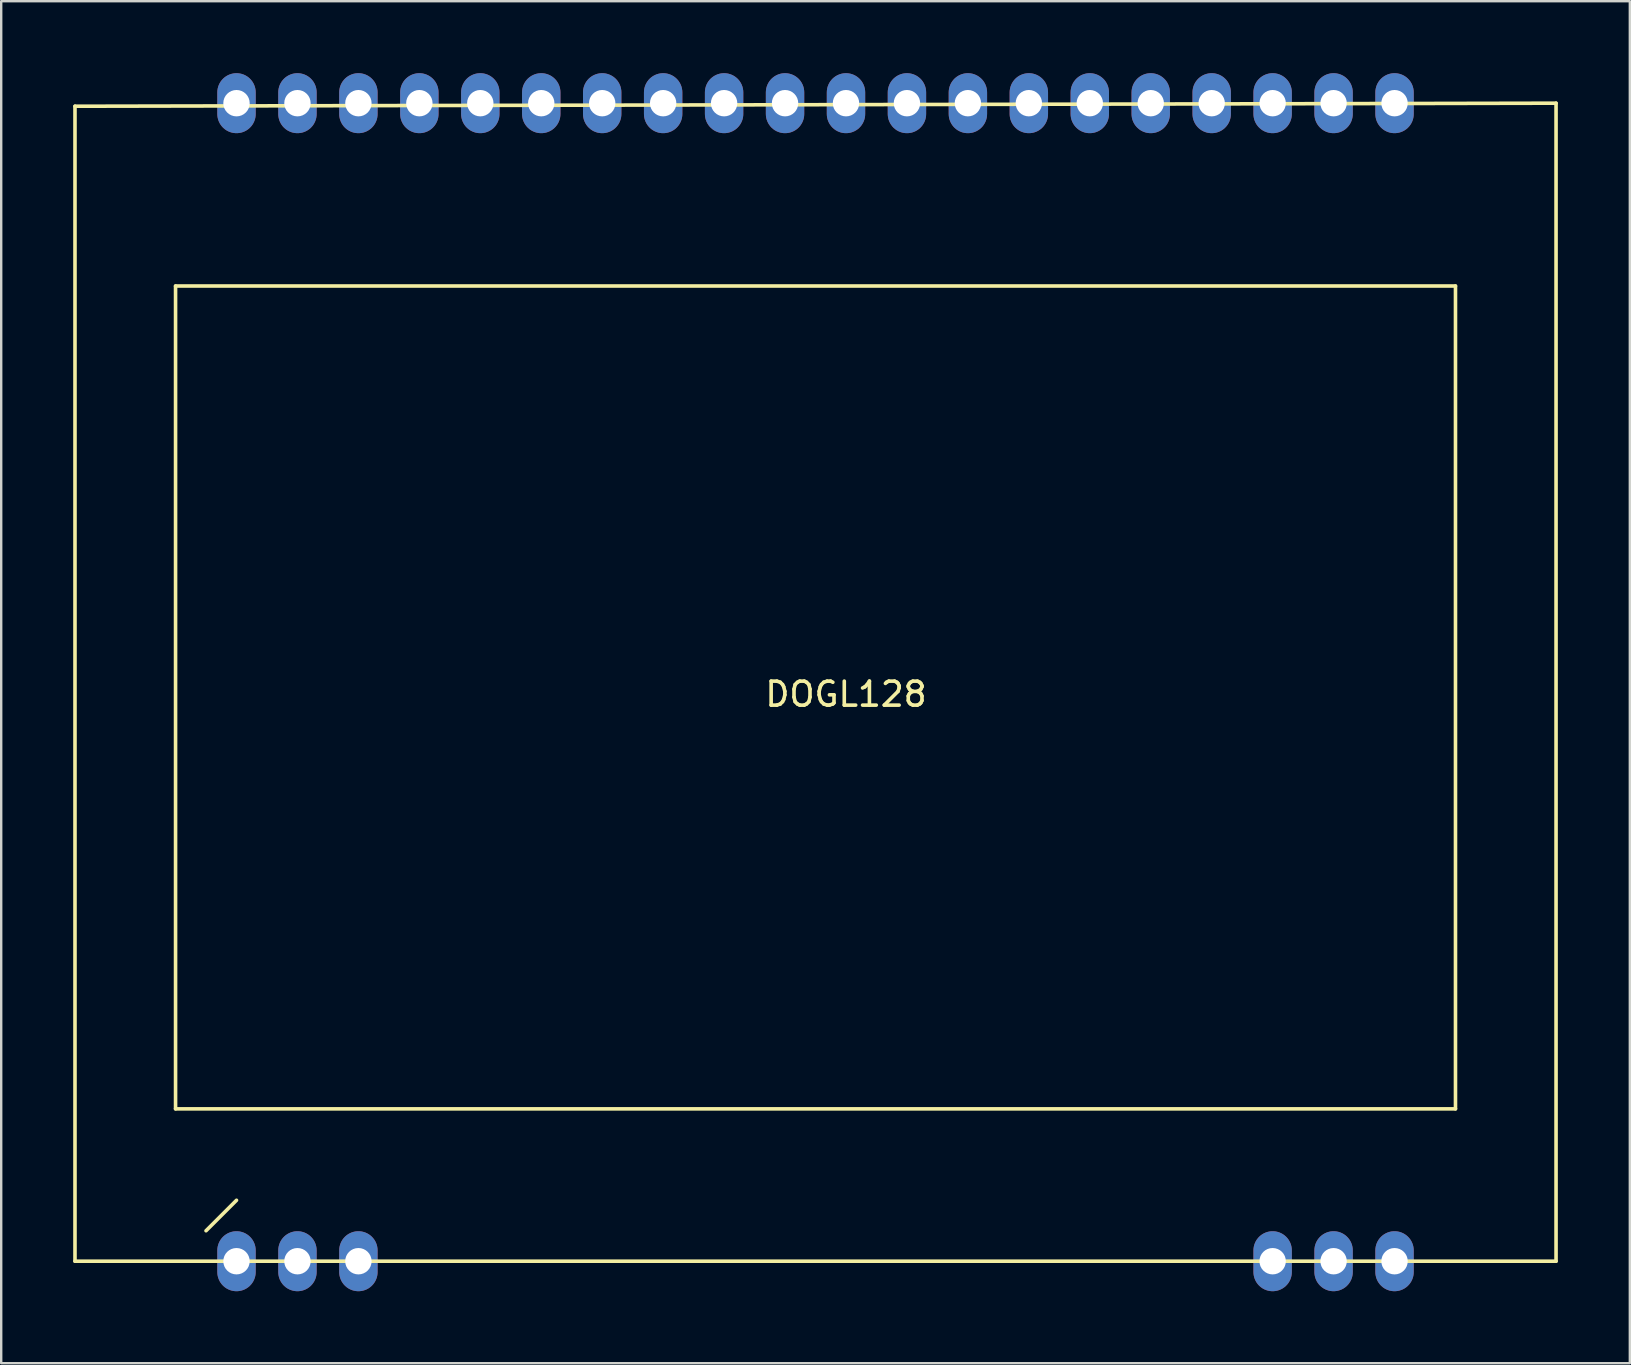
<source format=kicad_pcb>
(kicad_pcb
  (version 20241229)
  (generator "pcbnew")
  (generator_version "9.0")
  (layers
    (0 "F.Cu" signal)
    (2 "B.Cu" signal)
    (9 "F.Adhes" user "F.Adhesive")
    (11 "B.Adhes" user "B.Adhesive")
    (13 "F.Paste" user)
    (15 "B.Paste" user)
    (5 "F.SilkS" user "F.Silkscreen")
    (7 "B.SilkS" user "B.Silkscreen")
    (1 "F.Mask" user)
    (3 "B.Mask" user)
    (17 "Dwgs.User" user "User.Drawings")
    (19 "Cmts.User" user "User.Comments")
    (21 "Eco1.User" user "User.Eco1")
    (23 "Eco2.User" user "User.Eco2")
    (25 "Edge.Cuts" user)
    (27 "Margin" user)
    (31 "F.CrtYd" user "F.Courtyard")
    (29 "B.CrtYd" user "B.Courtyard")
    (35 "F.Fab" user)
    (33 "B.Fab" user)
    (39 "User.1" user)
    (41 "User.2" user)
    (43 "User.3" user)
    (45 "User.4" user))
  (footprint "DOGL128"
    (layer "F.Cu")
    (at 30.936 12.68)
    (property "Reference" "DOGL128" (at 1.27 13.2 0) (layer "F.SilkS") (effects (font (size 1 1) (thickness 0.15))))
    (attr through_hole)
    (fp_line (start -30.861 -11.303) (end 30.861 -11.43) (stroke (width 0.15) (type solid)) (layer "F.SilkS"))
    (fp_line (start -30.861 36.83) (end -30.861 -11.303) (stroke (width 0.15) (type solid)) (layer "F.SilkS"))
    (fp_line (start -26.67 -3.81) (end 26.67 -3.81) (stroke (width 0.15) (type solid)) (layer "F.SilkS"))
    (fp_line (start -26.67 30.48) (end -26.67 -3.81) (stroke (width 0.15) (type solid)) (layer "F.SilkS"))
    (fp_line (start -25.4 35.56) (end -24.13 34.29) (stroke (width 0.15) (type solid)) (layer "F.SilkS"))
    (fp_line (start 26.67 -3.81) (end 26.67 30.48) (stroke (width 0.15) (type solid)) (layer "F.SilkS"))
    (fp_line (start 26.67 30.48) (end -26.67 30.48) (stroke (width 0.15) (type solid)) (layer "F.SilkS"))
    (fp_line (start 30.861 -11.43) (end 30.861 36.83) (stroke (width 0.15) (type solid)) (layer "F.SilkS"))
    (fp_line (start 30.861 36.83) (end -30.861 36.83) (stroke (width 0.15) (type solid)) (layer "F.SilkS"))
    (pad "1" thru_hole oval (at -24.13 36.83) (size 1.6 2.5) (drill 1.1) (layers "*.Cu" "*.Mask"))
    (pad "2" thru_hole oval (at -21.59 36.83) (size 1.6 2.5) (drill 1.1) (layers "*.Cu" "*.Mask"))
    (pad "3" thru_hole oval (at -19.05 36.83) (size 1.6 2.5) (drill 1.1) (layers "*.Cu" "*.Mask"))
    (pad "18" thru_hole oval (at 19.05 36.83) (size 1.6 2.5) (drill 1.1) (layers "*.Cu" "*.Mask"))
    (pad "19" thru_hole oval (at 21.59 36.83) (size 1.6 2.5) (drill 1.1) (layers "*.Cu" "*.Mask"))
    (pad "20" thru_hole oval (at 24.13 36.83) (size 1.6 2.5) (drill 1.1) (layers "*.Cu" "*.Mask"))
    (pad "21" thru_hole oval (at 24.13 -11.43) (size 1.6 2.5) (drill 1.1) (layers "*.Cu" "*.Mask"))
    (pad "22" thru_hole oval (at 21.59 -11.43) (size 1.6 2.5) (drill 1.1) (layers "*.Cu" "*.Mask"))
    (pad "23" thru_hole oval (at 19.05 -11.43) (size 1.6 2.5) (drill 1.1) (layers "*.Cu" "*.Mask"))
    (pad "24" thru_hole oval (at 16.51 -11.43) (size 1.6 2.5) (drill 1.1) (layers "*.Cu" "*.Mask"))
    (pad "25" thru_hole oval (at 13.97 -11.43) (size 1.6 2.5) (drill 1.1) (layers "*.Cu" "*.Mask"))
    (pad "26" thru_hole oval (at 11.43 -11.43) (size 1.6 2.5) (drill 1.1) (layers "*.Cu" "*.Mask"))
    (pad "27" thru_hole oval (at 8.89 -11.43) (size 1.6 2.5) (drill 1.1) (layers "*.Cu" "*.Mask"))
    (pad "28" thru_hole oval (at 6.35 -11.43) (size 1.6 2.5) (drill 1.1) (layers "*.Cu" "*.Mask"))
    (pad "29" thru_hole oval (at 3.81 -11.43) (size 1.6 2.5) (drill 1.1) (layers "*.Cu" "*.Mask"))
    (pad "30" thru_hole oval (at 1.27 -11.43) (size 1.6 2.5) (drill 1.1) (layers "*.Cu" "*.Mask"))
    (pad "31" thru_hole oval (at -1.27 -11.43) (size 1.6 2.5) (drill 1.1) (layers "*.Cu" "*.Mask"))
    (pad "32" thru_hole oval (at -3.81 -11.43) (size 1.6 2.5) (drill 1.1) (layers "*.Cu" "*.Mask"))
    (pad "33" thru_hole oval (at -6.35 -11.43) (size 1.6 2.5) (drill 1.1) (layers "*.Cu" "*.Mask"))
    (pad "34" thru_hole oval (at -8.89 -11.43) (size 1.6 2.5) (drill 1.1) (layers "*.Cu" "*.Mask"))
    (pad "35" thru_hole oval (at -11.43 -11.43) (size 1.6 2.5) (drill 1.1) (layers "*.Cu" "*.Mask"))
    (pad "36" thru_hole oval (at -13.97 -11.43) (size 1.6 2.5) (drill 1.1) (layers "*.Cu" "*.Mask"))
    (pad "37" thru_hole oval (at -16.51 -11.43) (size 1.6 2.5) (drill 1.1) (layers "*.Cu" "*.Mask"))
    (pad "38" thru_hole oval (at -19.05 -11.43) (size 1.6 2.5) (drill 1.1) (layers "*.Cu" "*.Mask"))
    (pad "39" thru_hole oval (at -21.59 -11.43) (size 1.6 2.5) (drill 1.1) (layers "*.Cu" "*.Mask"))
    (pad "40" thru_hole oval (at -24.13 -11.43) (size 1.6 2.5) (drill 1.1) (layers "*.Cu" "*.Mask")))
  (gr_rect
    (start -3 -3)
    (end 64.872 53.76)
    (stroke (width 0.1) (type default))
    (fill no)
    (layer "Edge.Cuts")))
</source>
